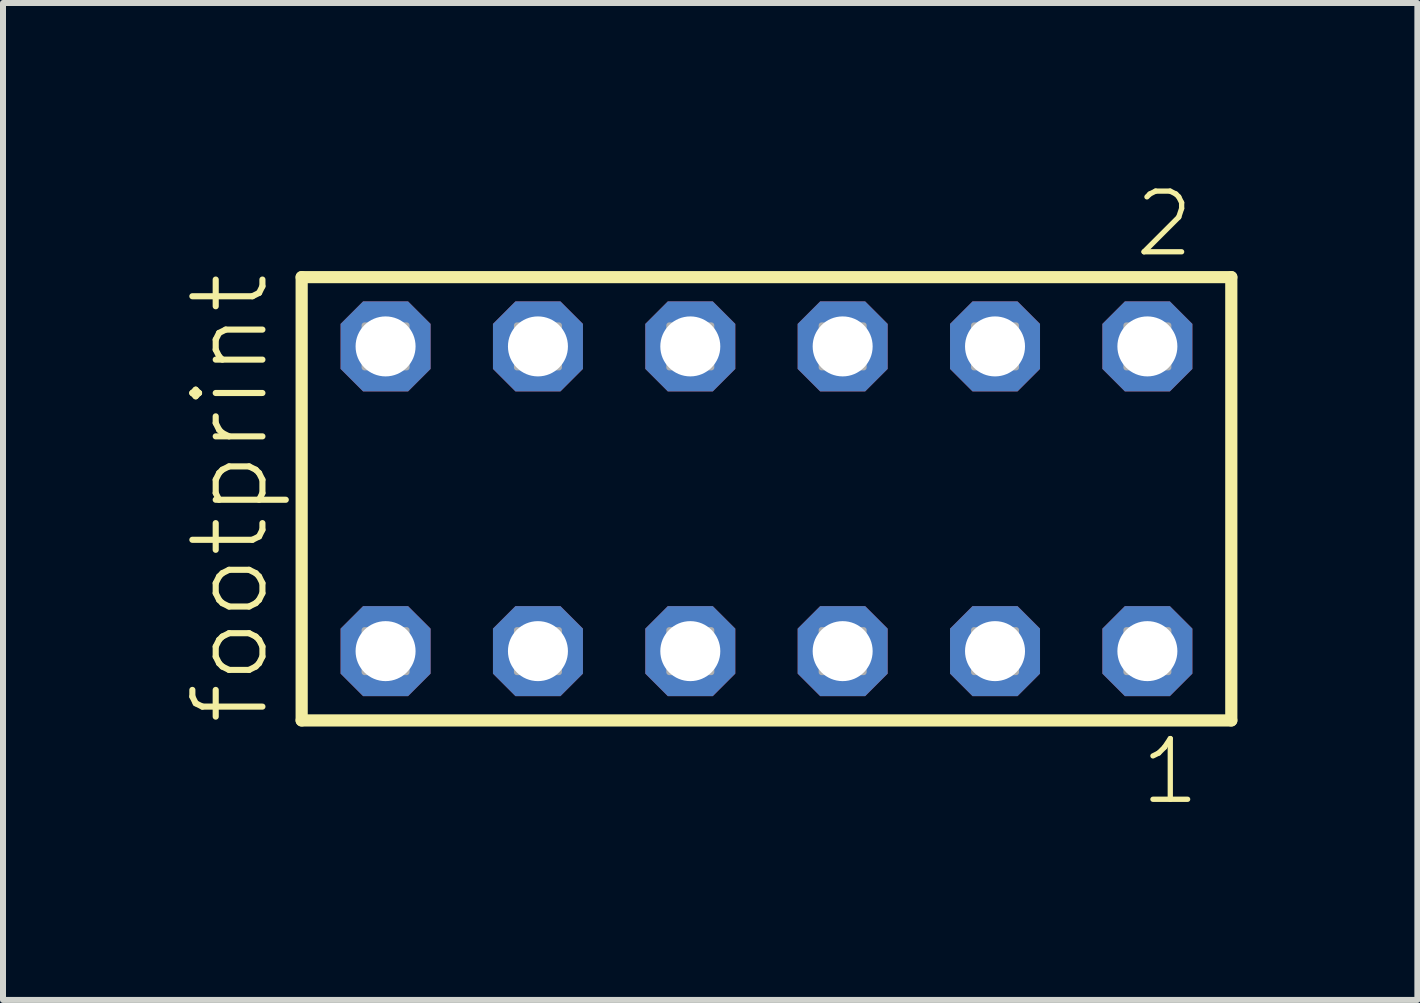
<source format=kicad_pcb>
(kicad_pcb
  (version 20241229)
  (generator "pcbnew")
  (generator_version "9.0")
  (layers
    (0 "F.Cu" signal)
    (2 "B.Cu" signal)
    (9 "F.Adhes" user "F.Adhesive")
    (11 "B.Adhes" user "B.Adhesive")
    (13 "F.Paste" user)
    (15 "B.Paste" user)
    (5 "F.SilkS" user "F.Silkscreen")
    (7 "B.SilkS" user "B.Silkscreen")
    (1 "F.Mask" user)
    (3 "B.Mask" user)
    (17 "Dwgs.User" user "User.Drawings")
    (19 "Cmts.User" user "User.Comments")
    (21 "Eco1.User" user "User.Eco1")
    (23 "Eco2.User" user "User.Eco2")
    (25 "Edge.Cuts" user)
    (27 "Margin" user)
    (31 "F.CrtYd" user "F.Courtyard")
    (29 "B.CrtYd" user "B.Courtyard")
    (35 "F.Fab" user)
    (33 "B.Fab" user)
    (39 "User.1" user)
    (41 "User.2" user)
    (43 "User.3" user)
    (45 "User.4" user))
  (footprint "footprint"
    (layer "F.Cu")
    (at 9.728 5.265)
    (property "Reference" "footprint" (at -8.255 3.81 90) (layer "F.SilkS") (effects (font (size 1.168 1.168) (thickness 0.102)) (justify left bottom)))
    (fp_line (start -7.749 -3.695) (end 7.749 -3.695) (stroke (width 0.203) (type solid)) (layer "F.SilkS"))
    (fp_line (start -7.749 3.695) (end -7.749 -3.695) (stroke (width 0.203) (type solid)) (layer "F.SilkS"))
    (fp_line (start 7.749 -3.695) (end 7.749 3.695) (stroke (width 0.203) (type solid)) (layer "F.SilkS"))
    (fp_line (start 7.749 3.695) (end -7.749 3.695) (stroke (width 0.203) (type solid)) (layer "F.SilkS"))
    (fp_poly (pts (xy -6.7 -2.19) (xy -6 -2.19) (xy -6 -2.89) (xy -6.7 -2.89)) (stroke (width 0.1) (type solid)) (fill no) (layer "F.Fab"))
    (fp_poly (pts (xy -6.7 2.89) (xy -6 2.89) (xy -6 2.19) (xy -6.7 2.19)) (stroke (width 0.1) (type solid)) (fill no) (layer "F.Fab"))
    (fp_poly (pts (xy -4.16 -2.19) (xy -3.46 -2.19) (xy -3.46 -2.89) (xy -4.16 -2.89)) (stroke (width 0.1) (type solid)) (fill no) (layer "F.Fab"))
    (fp_poly (pts (xy -4.16 2.89) (xy -3.46 2.89) (xy -3.46 2.19) (xy -4.16 2.19)) (stroke (width 0.1) (type solid)) (fill no) (layer "F.Fab"))
    (fp_poly (pts (xy -1.62 -2.19) (xy -0.92 -2.19) (xy -0.92 -2.89) (xy -1.62 -2.89)) (stroke (width 0.1) (type solid)) (fill no) (layer "F.Fab"))
    (fp_poly (pts (xy -1.62 2.89) (xy -0.92 2.89) (xy -0.92 2.19) (xy -1.62 2.19)) (stroke (width 0.1) (type solid)) (fill no) (layer "F.Fab"))
    (fp_poly (pts (xy 0.92 -2.19) (xy 1.62 -2.19) (xy 1.62 -2.89) (xy 0.92 -2.89)) (stroke (width 0.1) (type solid)) (fill no) (layer "F.Fab"))
    (fp_poly (pts (xy 0.92 2.89) (xy 1.62 2.89) (xy 1.62 2.19) (xy 0.92 2.19)) (stroke (width 0.1) (type solid)) (fill no) (layer "F.Fab"))
    (fp_poly (pts (xy 3.46 -2.19) (xy 4.16 -2.19) (xy 4.16 -2.89) (xy 3.46 -2.89)) (stroke (width 0.1) (type solid)) (fill no) (layer "F.Fab"))
    (fp_poly (pts (xy 3.46 2.89) (xy 4.16 2.89) (xy 4.16 2.19) (xy 3.46 2.19)) (stroke (width 0.1) (type solid)) (fill no) (layer "F.Fab"))
    (fp_poly (pts (xy 6 -2.19) (xy 6.7 -2.19) (xy 6.7 -2.89) (xy 6 -2.89)) (stroke (width 0.1) (type solid)) (fill no) (layer "F.Fab"))
    (fp_poly (pts (xy 6 2.89) (xy 6.7 2.89) (xy 6.7 2.19) (xy 6 2.19)) (stroke (width 0.1) (type solid)) (fill no) (layer "F.Fab"))
    (fp_text user "2" (at 6.092 -3.989 0) (layer "F.SilkS") (effects (font (size 1.012 1.012) (thickness 0.088)) (justify left bottom)))
    (fp_text user "1" (at 6.192 5.138 0) (layer "F.SilkS") (effects (font (size 1.012 1.012) (thickness 0.088)) (justify left bottom)))
    (pad "1" thru_hole roundrect (at 6.35 2.54 180) (size 1.5 1.5) (drill 1) (layers "*.Cu" "*.Mask") (roundrect_rratio 0.25) (chamfer_ratio 0.25) (chamfer top_left top_right bottom_left bottom_right))
    (pad "2" thru_hole roundrect (at 6.35 -2.54 180) (size 1.5 1.5) (drill 1) (layers "*.Cu" "*.Mask") (roundrect_rratio 0.25) (chamfer_ratio 0.25) (chamfer top_left top_right bottom_left bottom_right))
    (pad "3" thru_hole roundrect (at 3.81 2.54 180) (size 1.5 1.5) (drill 1) (layers "*.Cu" "*.Mask") (roundrect_rratio 0.25) (chamfer_ratio 0.25) (chamfer top_left top_right bottom_left bottom_right))
    (pad "4" thru_hole roundrect (at 3.81 -2.54 180) (size 1.5 1.5) (drill 1) (layers "*.Cu" "*.Mask") (roundrect_rratio 0.25) (chamfer_ratio 0.25) (chamfer top_left top_right bottom_left bottom_right))
    (pad "5" thru_hole roundrect (at 1.27 2.54 180) (size 1.5 1.5) (drill 1) (layers "*.Cu" "*.Mask") (roundrect_rratio 0.25) (chamfer_ratio 0.25) (chamfer top_left top_right bottom_left bottom_right))
    (pad "6" thru_hole roundrect (at 1.27 -2.54 180) (size 1.5 1.5) (drill 1) (layers "*.Cu" "*.Mask") (roundrect_rratio 0.25) (chamfer_ratio 0.25) (chamfer top_left top_right bottom_left bottom_right))
    (pad "7" thru_hole roundrect (at -1.27 2.54 180) (size 1.5 1.5) (drill 1) (layers "*.Cu" "*.Mask") (roundrect_rratio 0.25) (chamfer_ratio 0.25) (chamfer top_left top_right bottom_left bottom_right))
    (pad "8" thru_hole roundrect (at -1.27 -2.54 180) (size 1.5 1.5) (drill 1) (layers "*.Cu" "*.Mask") (roundrect_rratio 0.25) (chamfer_ratio 0.25) (chamfer top_left top_right bottom_left bottom_right))
    (pad "9" thru_hole roundrect (at -3.81 2.54 180) (size 1.5 1.5) (drill 1) (layers "*.Cu" "*.Mask") (roundrect_rratio 0.25) (chamfer_ratio 0.25) (chamfer top_left top_right bottom_left bottom_right))
    (pad "10" thru_hole roundrect (at -3.81 -2.54 180) (size 1.5 1.5) (drill 1) (layers "*.Cu" "*.Mask") (roundrect_rratio 0.25) (chamfer_ratio 0.25) (chamfer top_left top_right bottom_left bottom_right))
    (pad "11" thru_hole roundrect (at -6.35 2.54 180) (size 1.5 1.5) (drill 1) (layers "*.Cu" "*.Mask") (roundrect_rratio 0.25) (chamfer_ratio 0.25) (chamfer top_left top_right bottom_left bottom_right))
    (pad "12" thru_hole roundrect (at -6.35 -2.54 180) (size 1.5 1.5) (drill 1) (layers "*.Cu" "*.Mask") (roundrect_rratio 0.25) (chamfer_ratio 0.25) (chamfer top_left top_right bottom_left bottom_right)))
  (gr_rect
    (start -3 -3)
    (end 20.579 13.62)
    (stroke (width 0.1) (type default))
    (fill no)
    (layer "Edge.Cuts")))
</source>
